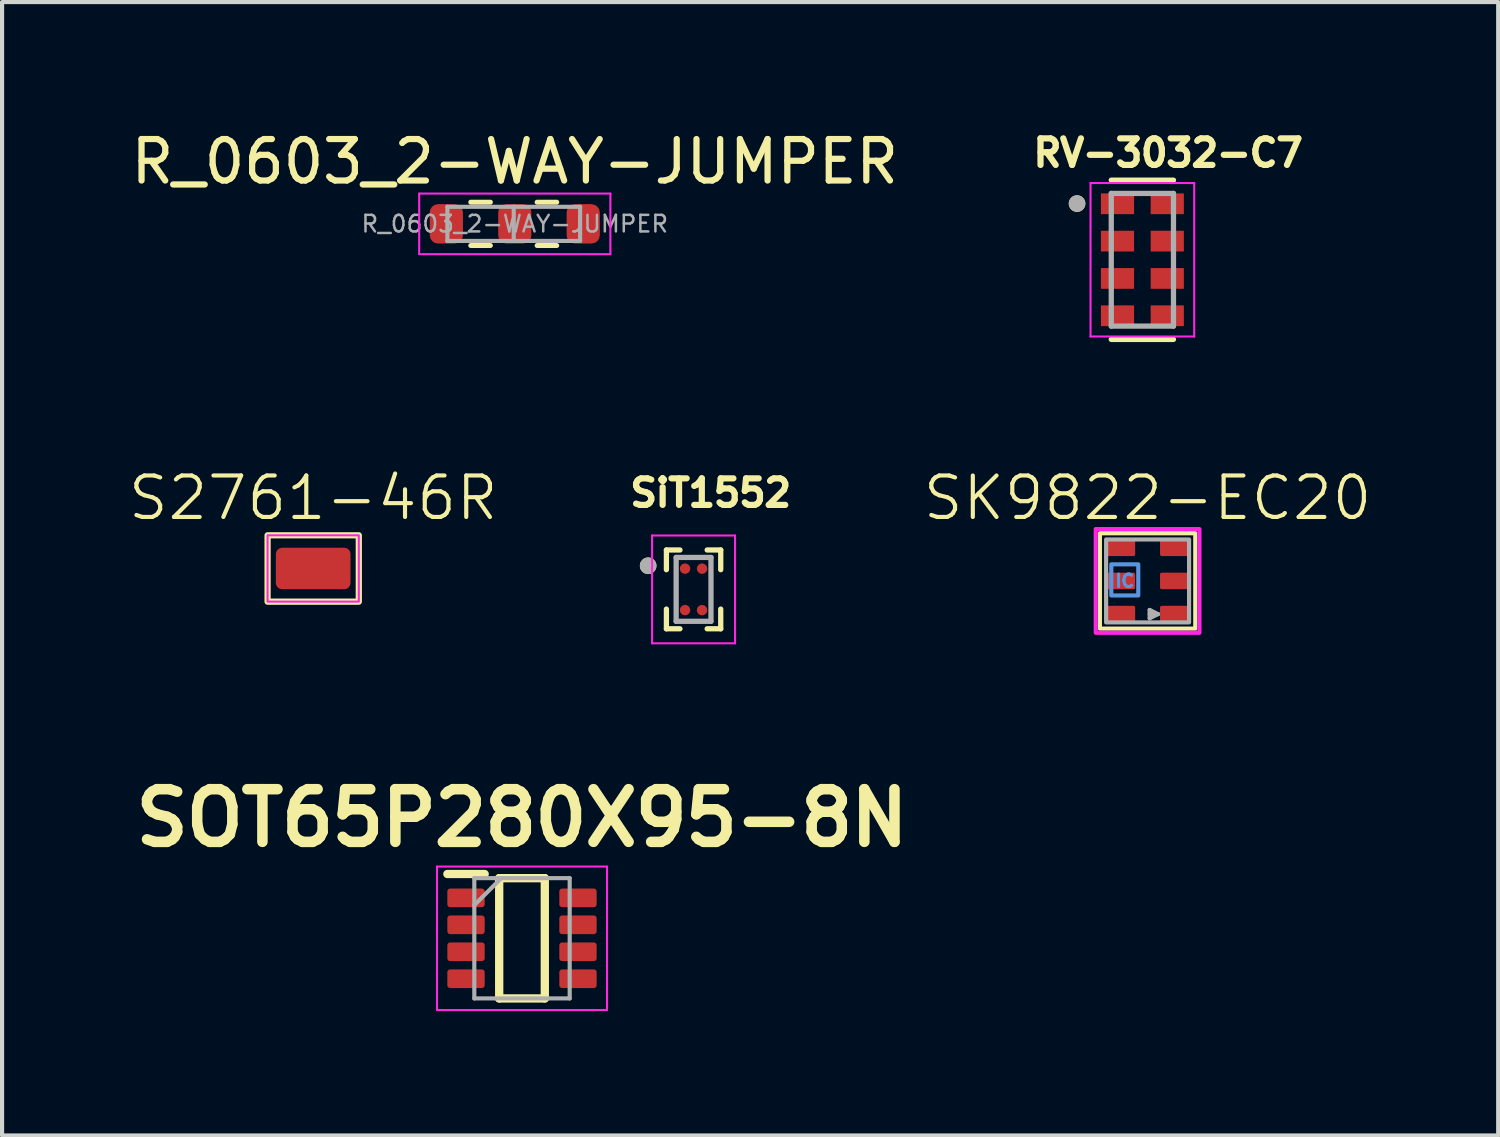
<source format=kicad_pcb>
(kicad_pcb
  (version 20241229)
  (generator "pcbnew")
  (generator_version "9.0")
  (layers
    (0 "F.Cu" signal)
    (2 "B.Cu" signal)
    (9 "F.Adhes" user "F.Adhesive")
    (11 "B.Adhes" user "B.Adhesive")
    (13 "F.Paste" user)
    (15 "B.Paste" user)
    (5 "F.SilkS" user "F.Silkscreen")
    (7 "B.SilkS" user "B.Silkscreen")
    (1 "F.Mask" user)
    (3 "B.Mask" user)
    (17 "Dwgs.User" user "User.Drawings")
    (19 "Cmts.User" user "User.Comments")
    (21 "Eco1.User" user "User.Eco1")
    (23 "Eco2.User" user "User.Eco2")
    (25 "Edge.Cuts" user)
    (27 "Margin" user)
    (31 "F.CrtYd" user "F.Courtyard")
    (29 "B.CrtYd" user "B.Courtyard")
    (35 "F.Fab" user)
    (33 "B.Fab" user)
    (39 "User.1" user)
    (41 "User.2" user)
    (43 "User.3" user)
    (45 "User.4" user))
  (footprint "R_0603_2-WAY-JUMPER"
    (layer "F.Cu")
    (at 9.363 2.348)
    (property "Reference" "R_0603_2-WAY-JUMPER" (at 0 -1.5 0) (layer "F.SilkS") (effects (font (size 1 1) (thickness 0.15))))
    (attr smd)
    (fp_line (start -1.062 -0.522) (end -0.588 -0.522) (stroke (width 0.12) (type solid)) (layer "F.SilkS"))
    (fp_line (start -1.062 0.522) (end -0.588 0.522) (stroke (width 0.12) (type solid)) (layer "F.SilkS"))
    (fp_line (start 0.538 -0.522) (end 1.012 -0.522) (stroke (width 0.12) (type solid)) (layer "F.SilkS"))
    (fp_line (start 0.538 0.522) (end 1.012 0.522) (stroke (width 0.12) (type solid)) (layer "F.SilkS"))
    (fp_line (start -2.305 -0.73) (end 2.305 -0.73) (stroke (width 0.05) (type solid)) (layer "F.CrtYd"))
    (fp_line (start -2.305 0.73) (end -2.305 -0.73) (stroke (width 0.05) (type solid)) (layer "F.CrtYd"))
    (fp_line (start 2.305 -0.73) (end 2.305 0.73) (stroke (width 0.05) (type solid)) (layer "F.CrtYd"))
    (fp_line (start 2.305 0.73) (end -2.305 0.73) (stroke (width 0.05) (type solid)) (layer "F.CrtYd"))
    (fp_line (start -1.625 -0.412) (end -0.025 -0.412) (stroke (width 0.1) (type solid)) (layer "F.Fab"))
    (fp_line (start -1.625 0.412) (end -1.625 -0.412) (stroke (width 0.1) (type solid)) (layer "F.Fab"))
    (fp_line (start -0.025 -0.412) (end -0.025 0.412) (stroke (width 0.1) (type solid)) (layer "F.Fab"))
    (fp_line (start -0.025 -0.412) (end 1.575 -0.412) (stroke (width 0.1) (type solid)) (layer "F.Fab"))
    (fp_line (start -0.025 0.412) (end -1.625 0.412) (stroke (width 0.1) (type solid)) (layer "F.Fab"))
    (fp_line (start 1.575 -0.412) (end 1.575 0.412) (stroke (width 0.1) (type solid)) (layer "F.Fab"))
    (fp_line (start 1.575 0.412) (end -0.025 0.412) (stroke (width 0.1) (type solid)) (layer "F.Fab"))
    (fp_text user "${REFERENCE}" (at 0 0 0) (layer "F.Fab") (effects (font (size 0.4 0.4) (thickness 0.06))))
    (pad "1" smd roundrect (at -1.65 0) (size 0.8 0.95) (layers "F.Cu" "F.Mask" "F.Paste") (roundrect_rratio 0.25))
    (pad "2" smd roundrect (at 0 0) (size 0.8 0.95) (layers "F.Cu" "F.Mask" "F.Paste") (roundrect_rratio 0.25))
    (pad "3" smd roundrect (at 1.65 0) (size 0.8 0.95) (layers "F.Cu" "F.Mask" "F.Paste") (roundrect_rratio 0.25)))
  (footprint "SiT1552"
    (layer "F.Cu")
    (at 13.674 11.162)
    (property "Reference" "SiT1552" (at 0.412 -2.326 0) (layer "F.SilkS") (effects (font (size 0.64 0.64) (thickness 0.15))))
    (attr smd)
    (fp_line (start -0.655 -0.95) (end -0.655 -0.475) (stroke (width 0.127) (type solid)) (layer "F.SilkS"))
    (fp_line (start -0.655 -0.95) (end -0.328 -0.95) (stroke (width 0.127) (type solid)) (layer "F.SilkS"))
    (fp_line (start -0.655 0.95) (end -0.655 0.475) (stroke (width 0.127) (type solid)) (layer "F.SilkS"))
    (fp_line (start -0.655 0.95) (end -0.328 0.95) (stroke (width 0.127) (type solid)) (layer "F.SilkS"))
    (fp_line (start 0.655 -0.95) (end 0.328 -0.95) (stroke (width 0.127) (type solid)) (layer "F.SilkS"))
    (fp_line (start 0.655 -0.95) (end 0.655 -0.475) (stroke (width 0.127) (type solid)) (layer "F.SilkS"))
    (fp_line (start 0.655 0.95) (end 0.328 0.95) (stroke (width 0.127) (type solid)) (layer "F.SilkS"))
    (fp_line (start 0.655 0.95) (end 0.655 0.475) (stroke (width 0.127) (type solid)) (layer "F.SilkS"))
    (fp_circle (center -1.095 -0.57) (end -0.995 -0.57) (stroke (width 0.2) (type solid)) (fill no) (layer "F.SilkS"))
    (fp_line (start -1 -1.3) (end -1 1.3) (stroke (width 0.05) (type solid)) (layer "F.CrtYd"))
    (fp_line (start -1 -1.3) (end 1 -1.3) (stroke (width 0.05) (type solid)) (layer "F.CrtYd"))
    (fp_line (start -1 1.3) (end 1 1.3) (stroke (width 0.05) (type solid)) (layer "F.CrtYd"))
    (fp_line (start 1 -1.3) (end 1 1.3) (stroke (width 0.05) (type solid)) (layer "F.CrtYd"))
    (fp_line (start -0.42 -0.77) (end 0.42 -0.77) (stroke (width 0.127) (type solid)) (layer "F.Fab"))
    (fp_line (start -0.42 0.77) (end -0.42 -0.77) (stroke (width 0.127) (type solid)) (layer "F.Fab"))
    (fp_line (start -0.42 0.77) (end 0.42 0.77) (stroke (width 0.127) (type solid)) (layer "F.Fab"))
    (fp_line (start 0.42 0.77) (end 0.42 -0.77) (stroke (width 0.127) (type solid)) (layer "F.Fab"))
    (fp_circle (center -1.095 -0.57) (end -0.995 -0.57) (stroke (width 0.2) (type solid)) (fill no) (layer "F.Fab"))
    (pad "1" smd circle (at -0.205 -0.5 270) (size 0.25 0.25) (layers "F.Cu" "F.Mask" "F.Paste"))
    (pad "2" smd circle (at -0.205 0.5 270) (size 0.25 0.25) (layers "F.Cu" "F.Mask" "F.Paste"))
    (pad "3" smd circle (at 0.205 0.5 270) (size 0.25 0.25) (layers "F.Cu" "F.Mask" "F.Paste"))
    (pad "4" smd circle (at 0.205 -0.5 270) (size 0.25 0.25) (layers "F.Cu" "F.Mask" "F.Paste")))
  (footprint "SOT65P280X95-8N"
    (layer "F.Cu")
    (at 9.537 19.575)
    (property "Reference" "SOT65P280X95-8N" (at 0 -2.9 0) (layer "F.SilkS") (effects (font (size 1.27 1.27) (thickness 0.254))))
    (attr smd)
    (fp_line (start -1.8 -1.55) (end -0.9 -1.55) (stroke (width 0.2) (type solid)) (layer "F.SilkS"))
    (fp_line (start -0.55 -1.45) (end 0.55 -1.45) (stroke (width 0.2) (type solid)) (layer "F.SilkS"))
    (fp_line (start -0.55 1.45) (end -0.55 -1.45) (stroke (width 0.2) (type solid)) (layer "F.SilkS"))
    (fp_line (start 0.55 -1.45) (end 0.55 1.45) (stroke (width 0.2) (type solid)) (layer "F.SilkS"))
    (fp_line (start 0.55 1.45) (end -0.55 1.45) (stroke (width 0.2) (type solid)) (layer "F.SilkS"))
    (fp_line (start -2.05 -1.73) (end 2.05 -1.73) (stroke (width 0.05) (type solid)) (layer "F.CrtYd"))
    (fp_line (start -2.05 1.73) (end -2.05 -1.73) (stroke (width 0.05) (type solid)) (layer "F.CrtYd"))
    (fp_line (start 2.05 -1.73) (end 2.05 1.73) (stroke (width 0.05) (type solid)) (layer "F.CrtYd"))
    (fp_line (start 2.05 1.73) (end -2.05 1.73) (stroke (width 0.05) (type solid)) (layer "F.CrtYd"))
    (fp_line (start -1.15 -1.45) (end 1.15 -1.45) (stroke (width 0.1) (type solid)) (layer "F.Fab"))
    (fp_line (start -1.15 -0.8) (end -0.5 -1.45) (stroke (width 0.1) (type solid)) (layer "F.Fab"))
    (fp_line (start -1.15 1.45) (end -1.15 -1.45) (stroke (width 0.1) (type solid)) (layer "F.Fab"))
    (fp_line (start 1.15 -1.45) (end 1.15 1.45) (stroke (width 0.1) (type solid)) (layer "F.Fab"))
    (fp_line (start 1.15 1.45) (end -1.15 1.45) (stroke (width 0.1) (type solid)) (layer "F.Fab"))
    (pad "1" smd roundrect (at -1.35 -0.975 90) (size 0.45 0.9) (layers "F.Cu" "F.Mask" "F.Paste") (roundrect_rratio 0.15))
    (pad "2" smd roundrect (at -1.35 -0.325 90) (size 0.45 0.9) (layers "F.Cu" "F.Mask" "F.Paste") (roundrect_rratio 0.15))
    (pad "3" smd roundrect (at -1.35 0.325 90) (size 0.45 0.9) (layers "F.Cu" "F.Mask" "F.Paste") (roundrect_rratio 0.15))
    (pad "4" smd roundrect (at -1.35 0.975 90) (size 0.45 0.9) (layers "F.Cu" "F.Mask" "F.Paste") (roundrect_rratio 0.15))
    (pad "5" smd roundrect (at 1.35 0.975 90) (size 0.45 0.9) (layers "F.Cu" "F.Mask" "F.Paste") (roundrect_rratio 0.15))
    (pad "6" smd roundrect (at 1.35 0.325 90) (size 0.45 0.9) (layers "F.Cu" "F.Mask" "F.Paste") (roundrect_rratio 0.15))
    (pad "7" smd roundrect (at 1.35 -0.325 90) (size 0.45 0.9) (layers "F.Cu" "F.Mask" "F.Paste") (roundrect_rratio 0.15))
    (pad "8" smd roundrect (at 1.35 -0.975 90) (size 0.45 0.9) (layers "F.Cu" "F.Mask" "F.Paste") (roundrect_rratio 0.15)))
  (footprint "RV-3032-C7"
    (layer "F.Cu")
    (at 24.496 3.214)
    (property "Reference" "RV-3032-C7" (at 0.622 -2.576 0) (layer "F.SilkS") (effects (font (size 0.64 0.64) (thickness 0.15))))
    (attr smd)
    (fp_line (start -0.75 -1.92) (end 0.75 -1.92) (stroke (width 0.127) (type solid)) (layer "F.SilkS"))
    (fp_line (start -0.75 1.92) (end 0.75 1.92) (stroke (width 0.127) (type solid)) (layer "F.SilkS"))
    (fp_circle (center -1.575 -1.355) (end -1.475 -1.355) (stroke (width 0.2) (type solid)) (fill no) (layer "F.SilkS"))
    (fp_line (start -1.25 -1.85) (end -1.25 1.85) (stroke (width 0.05) (type solid)) (layer "F.CrtYd"))
    (fp_line (start -1.25 1.85) (end 1.25 1.85) (stroke (width 0.05) (type solid)) (layer "F.CrtYd"))
    (fp_line (start 1.25 -1.85) (end -1.25 -1.85) (stroke (width 0.05) (type solid)) (layer "F.CrtYd"))
    (fp_line (start 1.25 1.85) (end 1.25 -1.85) (stroke (width 0.05) (type solid)) (layer "F.CrtYd"))
    (fp_line (start -0.75 -1.6) (end -0.75 1.6) (stroke (width 0.127) (type solid)) (layer "F.Fab"))
    (fp_line (start -0.75 1.6) (end 0.75 1.6) (stroke (width 0.127) (type solid)) (layer "F.Fab"))
    (fp_line (start 0.75 -1.6) (end -0.75 -1.6) (stroke (width 0.127) (type solid)) (layer "F.Fab"))
    (fp_line (start 0.75 1.6) (end 0.75 -1.6) (stroke (width 0.127) (type solid)) (layer "F.Fab"))
    (fp_circle (center -1.575 -1.355) (end -1.475 -1.355) (stroke (width 0.2) (type solid)) (fill no) (layer "F.Fab"))
    (pad "1" smd rect (at -0.6 -1.35) (size 0.8 0.5) (layers "F.Cu" "F.Mask" "F.Paste"))
    (pad "2" smd rect (at -0.6 -0.45) (size 0.8 0.5) (layers "F.Cu" "F.Mask" "F.Paste"))
    (pad "3" smd rect (at -0.6 0.45) (size 0.8 0.5) (layers "F.Cu" "F.Mask" "F.Paste"))
    (pad "4" smd rect (at -0.6 1.35) (size 0.8 0.5) (layers "F.Cu" "F.Mask" "F.Paste"))
    (pad "5" smd rect (at 0.6 1.35) (size 0.8 0.5) (layers "F.Cu" "F.Mask" "F.Paste"))
    (pad "6" smd rect (at 0.6 0.45) (size 0.8 0.5) (layers "F.Cu" "F.Mask" "F.Paste"))
    (pad "7" smd rect (at 0.6 -0.45) (size 0.8 0.5) (layers "F.Cu" "F.Mask" "F.Paste"))
    (pad "8" smd rect (at 0.6 -1.35) (size 0.8 0.5) (layers "F.Cu" "F.Mask" "F.Paste")))
  (footprint "S2761-46R"
    (layer "F.Cu")
    (at 4.502 10.658)
    (property "Reference" "S2761-46R" (at 0 -1.7 0) (unlocked yes) (layer "F.SilkS") (effects (font (size 1 1) (thickness 0.1))))
    (attr smd)
    (fp_rect (start -1.1 -0.8) (end 1.1 0.8) (stroke (width 0.15) (type default)) (fill no) (layer "F.SilkS"))
    (fp_rect (start -1.1 -0.8) (end 1.1 0.8) (stroke (width 0.05) (type default)) (fill no) (layer "F.CrtYd"))
    (pad "1" smd roundrect (at 0 0) (size 1.8 1) (layers "F.Cu" "F.Mask" "F.Paste") (roundrect_rratio 0.15)))
  (footprint "SK9822-EC20"
    (layer "F.Cu")
    (at 24.622 10.958)
    (property "Reference" "SK9822-EC20" (at 0 -2 0) (unlocked yes) (layer "F.SilkS") (effects (font (size 1 1) (thickness 0.1))))
    (attr smd)
    (fp_rect (start -1.15 -1.15) (end 1.15 1.15) (stroke (width 0.1) (type default)) (fill no) (layer "F.SilkS"))
    (fp_rect (start -0.875 -0.4) (end -0.225 0.35) (stroke (width 0.1) (type solid)) (fill no) (layer "Cmts.User"))
    (fp_rect (start -1.25 -1.25) (end 1.25 1.25) (stroke (width 0.1) (type default)) (fill no) (layer "F.CrtYd"))
    (fp_line (start 0.05 0.7) (end 0.05 0.9) (stroke (width 0.1) (type default)) (layer "F.Fab"))
    (fp_line (start 0.05 0.8) (end 0.25 0.8) (stroke (width 0.1) (type default)) (layer "F.Fab"))
    (fp_line (start 0.05 0.9) (end 0.25 0.8) (stroke (width 0.1) (type default)) (layer "F.Fab"))
    (fp_line (start 0.25 0.8) (end 0.05 0.7) (stroke (width 0.1) (type default)) (layer "F.Fab"))
    (fp_rect (start -1 -1) (end 1 1) (stroke (width 0.1) (type default)) (fill no) (layer "F.Fab"))
    (fp_text user "IC" (at -0.55 0 0) (unlocked yes) (layer "Cmts.User") (effects (font (size 0.3 0.3) (thickness 0.075))))
    (pad "1" smd roundrect (at -0.65 -0.8) (size 0.7 0.4) (layers "F.Cu" "F.Mask" "F.Paste") (roundrect_rratio 0.1))
    (pad "2" smd roundrect (at -0.65 0) (size 0.7 0.4) (layers "F.Cu" "F.Mask" "F.Paste") (roundrect_rratio 0.1))
    (pad "3" smd roundrect (at -0.65 0.8) (size 0.7 0.4) (layers "F.Cu" "F.Mask" "F.Paste") (roundrect_rratio 0.1))
    (pad "4" smd roundrect (at 0.65 0.8) (size 0.7 0.4) (layers "F.Cu" "F.Mask" "F.Paste") (roundrect_rratio 0.1))
    (pad "5" smd roundrect (at 0.65 0) (size 0.7 0.4) (layers "F.Cu" "F.Mask" "F.Paste") (roundrect_rratio 0.1))
    (pad "6" smd roundrect (at 0.65 -0.8) (size 0.7 0.4) (layers "F.Cu" "F.Mask" "F.Paste") (roundrect_rratio 0.1)))
  (gr_rect
    (start -3 -3)
    (end 33.076 24.33)
    (stroke (width 0.1) (type default))
    (fill no)
    (layer "Edge.Cuts")))
</source>
